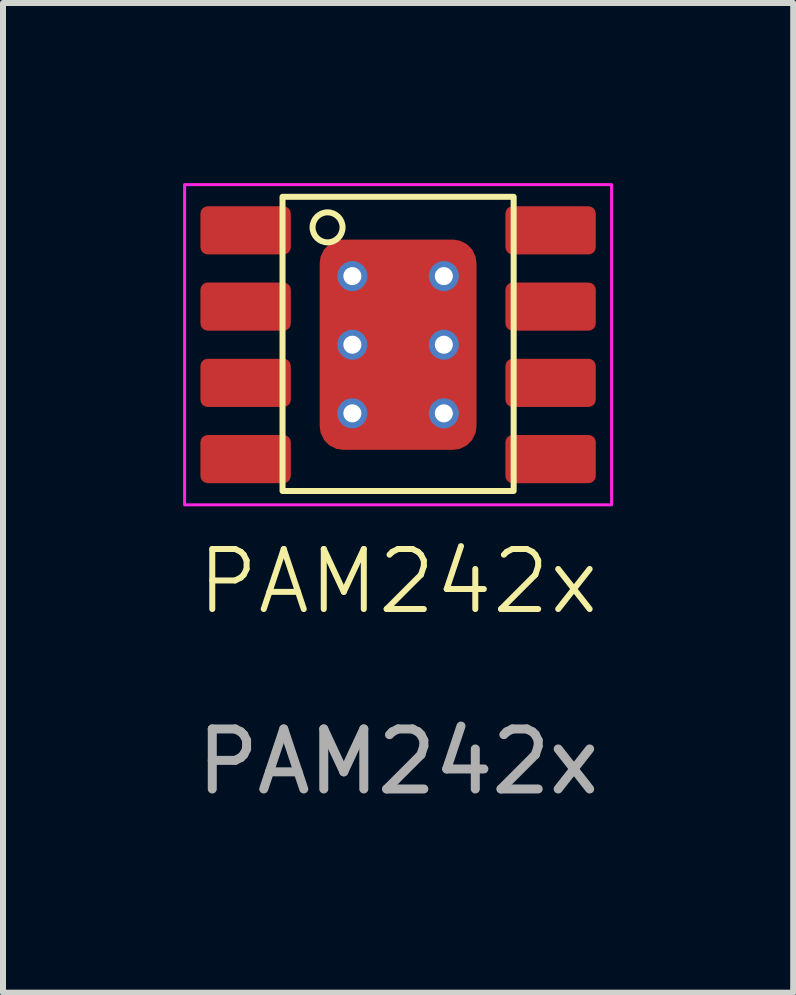
<source format=kicad_pcb>
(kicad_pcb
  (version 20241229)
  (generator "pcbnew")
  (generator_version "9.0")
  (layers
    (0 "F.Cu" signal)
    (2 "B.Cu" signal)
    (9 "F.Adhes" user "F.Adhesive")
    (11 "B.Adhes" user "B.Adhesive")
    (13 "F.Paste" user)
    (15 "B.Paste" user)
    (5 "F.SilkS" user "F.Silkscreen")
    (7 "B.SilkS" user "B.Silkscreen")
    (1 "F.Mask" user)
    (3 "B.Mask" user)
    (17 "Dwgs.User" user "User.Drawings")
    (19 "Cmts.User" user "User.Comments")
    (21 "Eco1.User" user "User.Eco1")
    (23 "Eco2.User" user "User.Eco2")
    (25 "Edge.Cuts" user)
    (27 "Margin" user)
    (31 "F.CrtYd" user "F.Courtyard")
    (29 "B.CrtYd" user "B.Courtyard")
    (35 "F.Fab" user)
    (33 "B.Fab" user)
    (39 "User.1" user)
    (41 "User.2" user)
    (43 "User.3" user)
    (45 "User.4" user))
  (footprint "PAM242x"
    (layer "F.Cu")
    (at 3.581 7.137)
    (property "Reference" "PAM242x" (at 0 -0.5 0) (unlocked yes) (layer "F.SilkS") (effects (font (size 1 1) (thickness 0.1))))
    (attr smd)
    (fp_rect (start -1.925 -6.909) (end 1.925 -2.009) (stroke (width 0.1) (type default)) (fill no) (layer "F.SilkS"))
    (fp_circle (center -1.175 -6.4) (end -0.975 -6.25) (stroke (width 0.1) (type default)) (fill no) (layer "F.SilkS"))
    (fp_rect (start -3.556 -7.112) (end 3.556 -1.778) (stroke (width 0.05) (type default)) (fill no) (layer "F.CrtYd"))
    (fp_text user "${REFERENCE}" (at 0 2.5 0) (unlocked yes) (layer "F.Fab") (effects (font (size 1 1) (thickness 0.15))))
    (pad "1" smd roundrect (at -2.54 -6.35) (size 1.505 0.802) (layers "F.Cu" "F.Mask" "F.Paste") (roundrect_rratio 0.15))
    (pad "2" smd roundrect (at -2.54 -5.08) (size 1.505 0.802) (layers "F.Cu" "F.Mask" "F.Paste") (roundrect_rratio 0.15))
    (pad "3" smd roundrect (at -2.54 -3.81) (size 1.505 0.802) (layers "F.Cu" "F.Mask" "F.Paste") (roundrect_rratio 0.15))
    (pad "4" smd roundrect (at -2.54 -2.54) (size 1.505 0.802) (layers "F.Cu" "F.Mask" "F.Paste") (roundrect_rratio 0.15))
    (pad "5" smd roundrect (at 2.54 -2.54) (size 1.505 0.802) (layers "F.Cu" "F.Mask" "F.Paste") (roundrect_rratio 0.15))
    (pad "6" smd roundrect (at 2.54 -3.81) (size 1.505 0.802) (layers "F.Cu" "F.Mask" "F.Paste") (roundrect_rratio 0.15))
    (pad "7" smd roundrect (at 2.54 -5.08) (size 1.505 0.802) (layers "F.Cu" "F.Mask" "F.Paste") (roundrect_rratio 0.15))
    (pad "8" smd roundrect (at 2.54 -6.35) (size 1.505 0.802) (layers "F.Cu" "F.Mask" "F.Paste") (roundrect_rratio 0.15))
    (pad "9" thru_hole circle (at -0.762 -5.588) (size 0.5 0.5) (drill 0.3) (property pad_prop_heatsink) (layers "*.Cu"))
    (pad "9" thru_hole circle (at -0.762 -4.445) (size 0.5 0.5) (drill 0.3) (property pad_prop_heatsink) (layers "*.Cu"))
    (pad "9" thru_hole circle (at -0.762 -3.302) (size 0.5 0.5) (drill 0.3) (property pad_prop_heatsink) (layers "*.Cu"))
    (pad "9" smd roundrect (at 0 -4.445) (size 2.613 3.502) (layers "F.Cu" "F.Mask" "F.Paste") (roundrect_rratio 0.15))
    (pad "9" thru_hole circle (at 0.762 -5.588) (size 0.5 0.5) (drill 0.3) (property pad_prop_heatsink) (layers "*.Cu"))
    (pad "9" thru_hole circle (at 0.762 -4.445) (size 0.5 0.5) (drill 0.3) (property pad_prop_heatsink) (layers "*.Cu"))
    (pad "9" thru_hole circle (at 0.762 -3.302) (size 0.5 0.5) (drill 0.3) (property pad_prop_heatsink) (layers "*.Cu")))
  (gr_rect
    (start -3 -3)
    (end 10.162 13.485)
    (stroke (width 0.1) (type default))
    (fill no)
    (layer "Edge.Cuts")))
</source>
